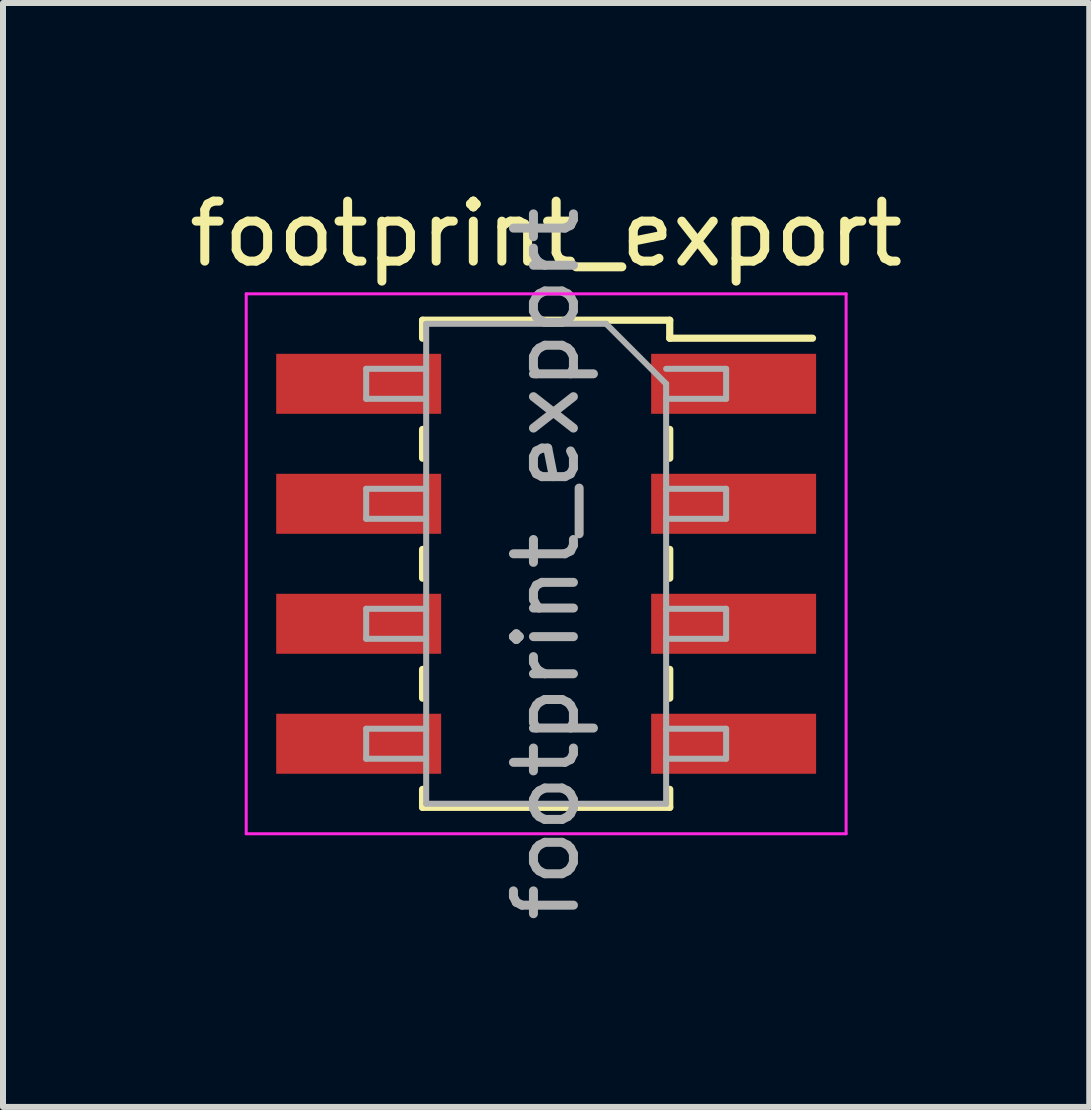
<source format=kicad_pcb>
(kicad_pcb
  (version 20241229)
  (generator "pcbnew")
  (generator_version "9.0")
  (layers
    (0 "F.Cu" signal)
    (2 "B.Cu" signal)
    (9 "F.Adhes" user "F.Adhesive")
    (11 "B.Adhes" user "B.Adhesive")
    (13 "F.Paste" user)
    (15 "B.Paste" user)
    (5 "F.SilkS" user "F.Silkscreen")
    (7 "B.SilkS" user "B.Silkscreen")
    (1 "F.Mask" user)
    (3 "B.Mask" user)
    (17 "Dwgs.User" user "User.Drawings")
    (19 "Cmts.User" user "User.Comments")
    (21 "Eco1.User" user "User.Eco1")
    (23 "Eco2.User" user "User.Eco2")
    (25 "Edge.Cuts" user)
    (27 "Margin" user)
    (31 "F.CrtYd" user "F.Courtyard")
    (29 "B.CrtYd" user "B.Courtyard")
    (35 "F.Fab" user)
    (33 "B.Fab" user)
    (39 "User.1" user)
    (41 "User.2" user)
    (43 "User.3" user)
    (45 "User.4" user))
  (footprint "footprint_export"
    (layer "F.Cu")
    (at 6.054 6.348)
    (property "Reference" "footprint_export" (at 0 -5.5 0) (layer "F.SilkS") (effects (font (size 1 1) (thickness 0.15))))
    (attr smd)
    (fp_line (start -2.06 -4.06) (end -2.06 -3.76) (stroke (width 0.12) (type solid)) (layer "F.SilkS"))
    (fp_line (start -2.06 -4.06) (end 2.06 -4.06) (stroke (width 0.12) (type solid)) (layer "F.SilkS"))
    (fp_line (start -2.06 -2.24) (end -2.06 -1.76) (stroke (width 0.12) (type solid)) (layer "F.SilkS"))
    (fp_line (start -2.06 -0.24) (end -2.06 0.24) (stroke (width 0.12) (type solid)) (layer "F.SilkS"))
    (fp_line (start -2.06 1.76) (end -2.06 2.24) (stroke (width 0.12) (type solid)) (layer "F.SilkS"))
    (fp_line (start -2.06 3.76) (end -2.06 4.06) (stroke (width 0.12) (type solid)) (layer "F.SilkS"))
    (fp_line (start -2.06 4.06) (end 2.06 4.06) (stroke (width 0.12) (type solid)) (layer "F.SilkS"))
    (fp_line (start 2.06 -4.06) (end 2.06 -3.76) (stroke (width 0.12) (type solid)) (layer "F.SilkS"))
    (fp_line (start 2.06 -3.76) (end 4.44 -3.76) (stroke (width 0.12) (type solid)) (layer "F.SilkS"))
    (fp_line (start 2.06 -2.24) (end 2.06 -1.76) (stroke (width 0.12) (type solid)) (layer "F.SilkS"))
    (fp_line (start 2.06 -0.24) (end 2.06 0.24) (stroke (width 0.12) (type solid)) (layer "F.SilkS"))
    (fp_line (start 2.06 1.76) (end 2.06 2.24) (stroke (width 0.12) (type solid)) (layer "F.SilkS"))
    (fp_line (start 2.06 3.76) (end 2.06 4.06) (stroke (width 0.12) (type solid)) (layer "F.SilkS"))
    (fp_line (start -5 -4.5) (end 5 -4.5) (stroke (width 0.05) (type solid)) (layer "F.CrtYd"))
    (fp_line (start -5 4.5) (end -5 -4.5) (stroke (width 0.05) (type solid)) (layer "F.CrtYd"))
    (fp_line (start 5 -4.5) (end 5 4.5) (stroke (width 0.05) (type solid)) (layer "F.CrtYd"))
    (fp_line (start 5 4.5) (end -5 4.5) (stroke (width 0.05) (type solid)) (layer "F.CrtYd"))
    (fp_line (start -3 -3.25) (end -2 -3.25) (stroke (width 0.1) (type solid)) (layer "F.Fab"))
    (fp_line (start -3 -2.75) (end -3 -3.25) (stroke (width 0.1) (type solid)) (layer "F.Fab"))
    (fp_line (start -3 -1.25) (end -2 -1.25) (stroke (width 0.1) (type solid)) (layer "F.Fab"))
    (fp_line (start -3 -0.75) (end -3 -1.25) (stroke (width 0.1) (type solid)) (layer "F.Fab"))
    (fp_line (start -3 0.75) (end -2 0.75) (stroke (width 0.1) (type solid)) (layer "F.Fab"))
    (fp_line (start -3 1.25) (end -3 0.75) (stroke (width 0.1) (type solid)) (layer "F.Fab"))
    (fp_line (start -3 2.75) (end -2 2.75) (stroke (width 0.1) (type solid)) (layer "F.Fab"))
    (fp_line (start -3 3.25) (end -3 2.75) (stroke (width 0.1) (type solid)) (layer "F.Fab"))
    (fp_line (start -2 -4) (end 1 -4) (stroke (width 0.1) (type solid)) (layer "F.Fab"))
    (fp_line (start -2 -2.75) (end -3 -2.75) (stroke (width 0.1) (type solid)) (layer "F.Fab"))
    (fp_line (start -2 -0.75) (end -3 -0.75) (stroke (width 0.1) (type solid)) (layer "F.Fab"))
    (fp_line (start -2 1.25) (end -3 1.25) (stroke (width 0.1) (type solid)) (layer "F.Fab"))
    (fp_line (start -2 3.25) (end -3 3.25) (stroke (width 0.1) (type solid)) (layer "F.Fab"))
    (fp_line (start -2 4) (end -2 -4) (stroke (width 0.1) (type solid)) (layer "F.Fab"))
    (fp_line (start 1 -4) (end 2 -3) (stroke (width 0.1) (type solid)) (layer "F.Fab"))
    (fp_line (start 2 -3.25) (end 3 -3.25) (stroke (width 0.1) (type solid)) (layer "F.Fab"))
    (fp_line (start 2 -3) (end 2 4) (stroke (width 0.1) (type solid)) (layer "F.Fab"))
    (fp_line (start 2 -1.25) (end 3 -1.25) (stroke (width 0.1) (type solid)) (layer "F.Fab"))
    (fp_line (start 2 0.75) (end 3 0.75) (stroke (width 0.1) (type solid)) (layer "F.Fab"))
    (fp_line (start 2 2.75) (end 3 2.75) (stroke (width 0.1) (type solid)) (layer "F.Fab"))
    (fp_line (start 2 4) (end -2 4) (stroke (width 0.1) (type solid)) (layer "F.Fab"))
    (fp_line (start 3 -3.25) (end 3 -2.75) (stroke (width 0.1) (type solid)) (layer "F.Fab"))
    (fp_line (start 3 -2.75) (end 2 -2.75) (stroke (width 0.1) (type solid)) (layer "F.Fab"))
    (fp_line (start 3 -1.25) (end 3 -0.75) (stroke (width 0.1) (type solid)) (layer "F.Fab"))
    (fp_line (start 3 -0.75) (end 2 -0.75) (stroke (width 0.1) (type solid)) (layer "F.Fab"))
    (fp_line (start 3 0.75) (end 3 1.25) (stroke (width 0.1) (type solid)) (layer "F.Fab"))
    (fp_line (start 3 1.25) (end 2 1.25) (stroke (width 0.1) (type solid)) (layer "F.Fab"))
    (fp_line (start 3 2.75) (end 3 3.25) (stroke (width 0.1) (type solid)) (layer "F.Fab"))
    (fp_line (start 3 3.25) (end 2 3.25) (stroke (width 0.1) (type solid)) (layer "F.Fab"))
    (fp_text user "${REFERENCE}" (at 0 0 90) (layer "F.Fab") (effects (font (size 1 1) (thickness 0.15))))
    (pad "1" smd rect (at 3.125 -3) (size 2.75 1) (layers "F.Cu" "F.Mask" "F.Paste"))
    (pad "2" smd rect (at -3.125 -3) (size 2.75 1) (layers "F.Cu" "F.Mask" "F.Paste"))
    (pad "3" smd rect (at 3.125 -1) (size 2.75 1) (layers "F.Cu" "F.Mask" "F.Paste"))
    (pad "4" smd rect (at -3.125 -1) (size 2.75 1) (layers "F.Cu" "F.Mask" "F.Paste"))
    (pad "5" smd rect (at 3.125 1) (size 2.75 1) (layers "F.Cu" "F.Mask" "F.Paste"))
    (pad "6" smd rect (at -3.125 1) (size 2.75 1) (layers "F.Cu" "F.Mask" "F.Paste"))
    (pad "7" smd rect (at 3.125 3) (size 2.75 1) (layers "F.Cu" "F.Mask" "F.Paste"))
    (pad "8" smd rect (at -3.125 3) (size 2.75 1) (layers "F.Cu" "F.Mask" "F.Paste")))
  (gr_rect
    (start -3 -3)
    (end 15.107 15.402)
    (stroke (width 0.1) (type default))
    (fill no)
    (layer "Edge.Cuts")))
</source>
